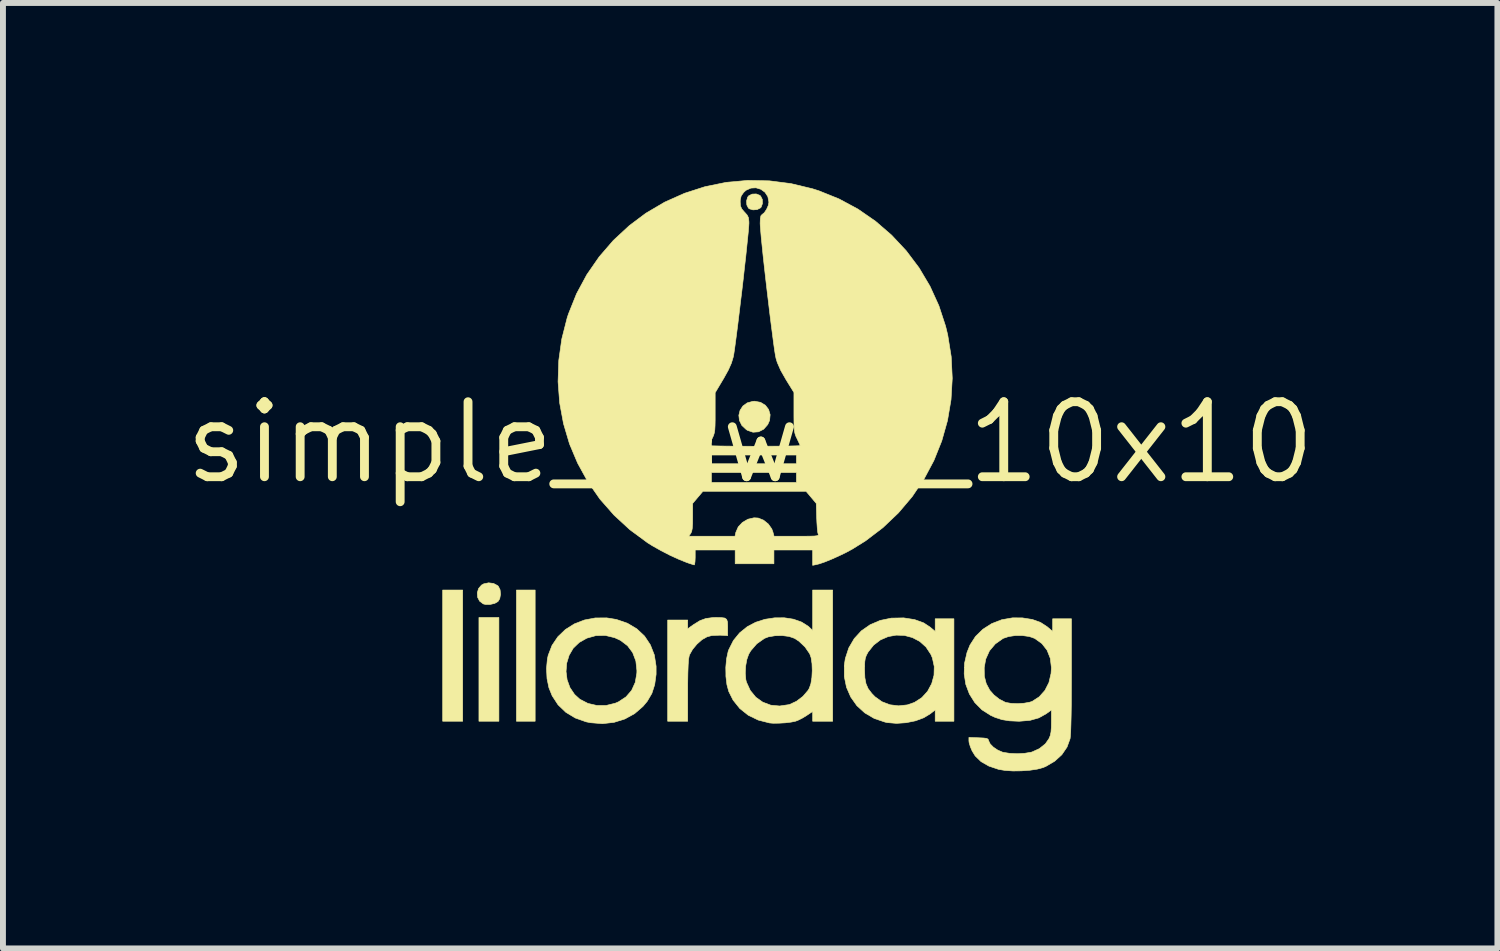
<source format=kicad_pcb>
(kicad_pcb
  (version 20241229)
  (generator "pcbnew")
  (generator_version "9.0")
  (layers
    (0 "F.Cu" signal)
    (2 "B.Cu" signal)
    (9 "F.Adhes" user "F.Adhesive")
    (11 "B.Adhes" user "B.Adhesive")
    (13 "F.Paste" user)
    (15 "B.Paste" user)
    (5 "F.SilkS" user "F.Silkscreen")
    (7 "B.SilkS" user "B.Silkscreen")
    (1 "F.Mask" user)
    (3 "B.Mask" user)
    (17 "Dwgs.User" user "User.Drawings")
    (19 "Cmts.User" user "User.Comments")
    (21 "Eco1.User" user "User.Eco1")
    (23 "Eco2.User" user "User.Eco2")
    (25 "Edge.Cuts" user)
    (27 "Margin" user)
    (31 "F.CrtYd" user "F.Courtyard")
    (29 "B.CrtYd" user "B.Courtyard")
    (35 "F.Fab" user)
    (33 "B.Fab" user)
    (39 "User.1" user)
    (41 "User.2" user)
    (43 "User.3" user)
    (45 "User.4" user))
  (footprint "simple_tower_10x10"
    (layer "F.Cu")
    (at 9.653 4.443)
    (property "Reference" "simple_tower_10x10" (at 0 0 0) (layer "F.SilkS") (effects (font (size 1.27 1.27) (thickness 0.15))))
    (attr through_hole)
    (fp_poly (pts (xy -4.868 4.72) (xy -5.207 4.72) (xy -5.207 2.498) (xy -4.868 2.498) (xy -4.868 4.72)) (stroke (width 0.01) (type solid)) (fill yes) (layer "F.SilkS"))
    (fp_poly (pts (xy -4.255 4.72) (xy -4.593 4.72) (xy -4.593 2.963) (xy -4.255 2.963) (xy -4.255 4.72)) (stroke (width 0.01) (type solid)) (fill yes) (layer "F.SilkS"))
    (fp_poly (pts (xy -3.641 4.72) (xy -3.958 4.72) (xy -3.958 2.498) (xy -3.641 2.498) (xy -3.641 4.72)) (stroke (width 0.01) (type solid)) (fill yes) (layer "F.SilkS"))
    (fp_poly (pts (xy 0.162 -4.186) (xy 0.177 -4.173) (xy 0.206 -4.115) (xy 0.208 -4.047) (xy 0.186 -3.986) (xy 0.173 -3.972) (xy 0.117 -3.944) (xy 0.048 -3.939) (xy -0.013 -3.957) (xy -0.03 -3.97) (xy -0.057 -4.023) (xy -0.061 -4.091) (xy -0.043 -4.154) (xy -0.025 -4.177) (xy 0.033 -4.206) (xy 0.102 -4.209) (xy 0.162 -4.186)) (stroke (width 0.01) (type solid)) (fill yes) (layer "F.SilkS"))
    (fp_poly (pts (xy -4.345 2.387) (xy -4.277 2.423) (xy -4.265 2.434) (xy -4.235 2.494) (xy -4.227 2.57) (xy -4.241 2.645) (xy -4.27 2.692) (xy -4.325 2.724) (xy -4.402 2.742) (xy -4.479 2.743) (xy -4.52 2.733) (xy -4.582 2.686) (xy -4.616 2.62) (xy -4.621 2.545) (xy -4.599 2.472) (xy -4.549 2.414) (xy -4.511 2.393) (xy -4.429 2.376) (xy -4.345 2.387)) (stroke (width 0.01) (type solid)) (fill yes) (layer "F.SilkS"))
    (fp_poly (pts (xy 0.176 -0.68) (xy 0.257 -0.631) (xy 0.312 -0.559) (xy 0.338 -0.471) (xy 0.329 -0.375) (xy 0.297 -0.303) (xy 0.228 -0.225) (xy 0.142 -0.181) (xy 0.048 -0.174) (xy -0.046 -0.206) (xy -0.065 -0.218) (xy -0.141 -0.289) (xy -0.182 -0.373) (xy -0.192 -0.461) (xy -0.171 -0.545) (xy -0.123 -0.618) (xy -0.05 -0.671) (xy 0.045 -0.697) (xy 0.074 -0.699) (xy 0.176 -0.68)) (stroke (width 0.01) (type solid)) (fill yes) (layer "F.SilkS"))
    (fp_poly (pts (xy -0.488 2.965) (xy -0.429 2.973) (xy -0.398 2.996) (xy -0.384 3.039) (xy -0.381 3.109) (xy -0.381 3.13) (xy -0.381 3.27) (xy -0.51 3.263) (xy -0.651 3.269) (xy -0.732 3.291) (xy -0.817 3.339) (xy -0.902 3.415) (xy -0.976 3.504) (xy -1.026 3.593) (xy -1.033 3.615) (xy -1.043 3.671) (xy -1.05 3.768) (xy -1.055 3.904) (xy -1.058 4.079) (xy -1.058 4.209) (xy -1.058 4.72) (xy -1.397 4.72) (xy -1.397 3.006) (xy -1.058 3.006) (xy -1.058 3.154) (xy -0.958 3.083) (xy -0.851 3.017) (xy -0.75 2.98) (xy -0.636 2.965) (xy -0.581 2.963) (xy -0.488 2.965)) (stroke (width 0.01) (type solid)) (fill yes) (layer "F.SilkS"))
    (fp_poly (pts (xy -2.267 2.996) (xy -2.08 3.06) (xy -1.92 3.155) (xy -1.789 3.278) (xy -1.69 3.427) (xy -1.623 3.598) (xy -1.593 3.789) (xy -1.593 3.926) (xy -1.617 4.101) (xy -1.665 4.249) (xy -1.743 4.382) (xy -1.814 4.467) (xy -1.957 4.591) (xy -2.123 4.682) (xy -2.306 4.739) (xy -2.502 4.761) (xy -2.703 4.745) (xy -2.778 4.73) (xy -2.962 4.665) (xy -3.122 4.568) (xy -3.253 4.442) (xy -3.353 4.289) (xy -3.408 4.153) (xy -3.44 3.999) (xy -3.446 3.878) (xy -3.118 3.878) (xy -3.1 4.018) (xy -3.052 4.15) (xy -2.974 4.266) (xy -2.885 4.347) (xy -2.748 4.418) (xy -2.597 4.453) (xy -2.44 4.453) (xy -2.285 4.415) (xy -2.229 4.391) (xy -2.102 4.307) (xy -2.007 4.197) (xy -1.946 4.062) (xy -1.919 3.904) (xy -1.918 3.863) (xy -1.936 3.699) (xy -1.99 3.557) (xy -2.077 3.441) (xy -2.197 3.35) (xy -2.295 3.305) (xy -2.453 3.267) (xy -2.612 3.27) (xy -2.766 3.313) (xy -2.895 3.386) (xy -2.996 3.483) (xy -3.066 3.603) (xy -3.107 3.737) (xy -3.118 3.878) (xy -3.446 3.878) (xy -3.449 3.83) (xy -3.434 3.667) (xy -3.42 3.603) (xy -3.355 3.435) (xy -3.256 3.289) (xy -3.129 3.167) (xy -2.978 3.072) (xy -2.808 3.006) (xy -2.624 2.971) (xy -2.429 2.97) (xy -2.267 2.996)) (stroke (width 0.01) (type solid)) (fill yes) (layer "F.SilkS"))
    (fp_poly (pts (xy 2.6 2.97) (xy 2.785 2.999) (xy 2.939 3.055) (xy 3.05 3.129) (xy 3.133 3.199) (xy 3.133 2.985) (xy 3.45 2.985) (xy 3.45 4.72) (xy 3.133 4.72) (xy 3.133 4.528) (xy 3.052 4.592) (xy 2.939 4.661) (xy 2.798 4.713) (xy 2.64 4.745) (xy 2.478 4.756) (xy 2.323 4.743) (xy 2.285 4.735) (xy 2.101 4.673) (xy 1.941 4.579) (xy 1.807 4.457) (xy 1.703 4.31) (xy 1.631 4.145) (xy 1.594 3.963) (xy 1.594 3.852) (xy 1.937 3.852) (xy 1.942 3.983) (xy 1.961 4.084) (xy 1.998 4.169) (xy 2.059 4.249) (xy 2.113 4.305) (xy 2.23 4.389) (xy 2.366 4.441) (xy 2.513 4.459) (xy 2.662 4.443) (xy 2.782 4.401) (xy 2.907 4.32) (xy 3.005 4.212) (xy 3.074 4.083) (xy 3.113 3.941) (xy 3.117 3.794) (xy 3.085 3.647) (xy 3.059 3.587) (xy 2.977 3.463) (xy 2.871 3.368) (xy 2.747 3.303) (xy 2.612 3.267) (xy 2.472 3.262) (xy 2.335 3.287) (xy 2.205 3.343) (xy 2.091 3.43) (xy 1.998 3.547) (xy 1.995 3.552) (xy 1.967 3.604) (xy 1.95 3.651) (xy 1.941 3.708) (xy 1.937 3.785) (xy 1.937 3.852) (xy 1.594 3.852) (xy 1.594 3.771) (xy 1.611 3.658) (xy 1.67 3.478) (xy 1.762 3.321) (xy 1.883 3.189) (xy 2.031 3.086) (xy 2.201 3.013) (xy 2.39 2.974) (xy 2.595 2.97) (xy 2.6 2.97)) (stroke (width 0.01) (type solid)) (fill yes) (layer "F.SilkS"))
    (fp_poly (pts (xy 1.397 4.72) (xy 1.058 4.72) (xy 1.058 4.554) (xy 0.951 4.626) (xy 0.878 4.67) (xy 0.805 4.706) (xy 0.766 4.72) (xy 0.692 4.735) (xy 0.593 4.747) (xy 0.486 4.753) (xy 0.389 4.754) (xy 0.328 4.749) (xy 0.136 4.7) (xy -0.033 4.618) (xy -0.176 4.504) (xy -0.29 4.361) (xy -0.363 4.215) (xy -0.394 4.1) (xy -0.411 3.959) (xy -0.411 3.907) (xy -0.083 3.907) (xy -0.074 4.014) (xy -0.064 4.056) (xy 0.001 4.198) (xy 0.095 4.313) (xy 0.213 4.397) (xy 0.349 4.448) (xy 0.499 4.462) (xy 0.656 4.439) (xy 0.669 4.435) (xy 0.784 4.382) (xy 0.892 4.3) (xy 0.979 4.199) (xy 1.001 4.162) (xy 1.028 4.084) (xy 1.045 3.979) (xy 1.051 3.862) (xy 1.047 3.746) (xy 1.032 3.644) (xy 1.008 3.577) (xy 0.929 3.463) (xy 0.826 3.365) (xy 0.751 3.316) (xy 0.658 3.284) (xy 0.542 3.269) (xy 0.42 3.272) (xy 0.308 3.291) (xy 0.241 3.317) (xy 0.112 3.408) (xy 0.01 3.526) (xy -0.025 3.585) (xy -0.057 3.675) (xy -0.077 3.788) (xy -0.083 3.907) (xy -0.411 3.907) (xy -0.413 3.809) (xy -0.4 3.664) (xy -0.373 3.539) (xy -0.362 3.508) (xy -0.284 3.353) (xy -0.179 3.224) (xy -0.048 3.118) (xy 0.093 3.044) (xy 0.249 2.994) (xy 0.413 2.969) (xy 0.577 2.968) (xy 0.733 2.992) (xy 0.871 3.041) (xy 0.985 3.113) (xy 1 3.127) (xy 1.058 3.183) (xy 1.058 2.498) (xy 1.397 2.498) (xy 1.397 4.72)) (stroke (width 0.01) (type solid)) (fill yes) (layer "F.SilkS"))
    (fp_poly (pts (xy 4.61 2.97) (xy 4.779 2.997) (xy 4.917 3.047) (xy 5.032 3.122) (xy 5.035 3.125) (xy 5.122 3.199) (xy 5.122 2.985) (xy 5.44 2.985) (xy 5.44 3.947) (xy 5.439 4.204) (xy 5.438 4.43) (xy 5.435 4.623) (xy 5.431 4.78) (xy 5.427 4.901) (xy 5.421 4.982) (xy 5.417 5.016) (xy 5.365 5.158) (xy 5.277 5.287) (xy 5.156 5.397) (xy 5.008 5.484) (xy 4.959 5.505) (xy 4.861 5.531) (xy 4.735 5.55) (xy 4.593 5.56) (xy 4.449 5.562) (xy 4.316 5.553) (xy 4.207 5.535) (xy 4.041 5.479) (xy 3.91 5.404) (xy 3.811 5.308) (xy 3.758 5.222) (xy 3.728 5.151) (xy 3.708 5.085) (xy 3.704 5.054) (xy 3.704 4.994) (xy 3.868 5) (xy 3.951 5.004) (xy 4.001 5.01) (xy 4.026 5.022) (xy 4.037 5.042) (xy 4.039 5.053) (xy 4.064 5.104) (xy 4.118 5.159) (xy 4.191 5.208) (xy 4.271 5.243) (xy 4.288 5.247) (xy 4.395 5.264) (xy 4.521 5.27) (xy 4.648 5.263) (xy 4.755 5.245) (xy 4.771 5.241) (xy 4.897 5.184) (xy 4.999 5.102) (xy 5.059 5.016) (xy 5.081 4.964) (xy 5.094 4.902) (xy 5.1 4.819) (xy 5.101 4.731) (xy 5.101 4.529) (xy 5.013 4.593) (xy 4.887 4.663) (xy 4.738 4.705) (xy 4.562 4.72) (xy 4.542 4.72) (xy 4.391 4.713) (xy 4.265 4.693) (xy 4.148 4.655) (xy 4.073 4.621) (xy 3.924 4.526) (xy 3.803 4.403) (xy 3.712 4.258) (xy 3.651 4.095) (xy 3.624 3.92) (xy 3.627 3.812) (xy 3.963 3.812) (xy 3.965 3.957) (xy 3.997 4.082) (xy 4.057 4.195) (xy 4.128 4.275) (xy 4.219 4.347) (xy 4.314 4.396) (xy 4.331 4.402) (xy 4.42 4.418) (xy 4.527 4.422) (xy 4.637 4.415) (xy 4.732 4.398) (xy 4.775 4.384) (xy 4.895 4.306) (xy 4.991 4.198) (xy 5.059 4.065) (xy 5.095 3.911) (xy 5.101 3.814) (xy 5.082 3.655) (xy 5.028 3.518) (xy 4.94 3.405) (xy 4.817 3.317) (xy 4.815 3.316) (xy 4.725 3.285) (xy 4.611 3.269) (xy 4.489 3.269) (xy 4.374 3.286) (xy 4.283 3.317) (xy 4.151 3.41) (xy 4.052 3.527) (xy 3.989 3.667) (xy 3.963 3.812) (xy 3.627 3.812) (xy 3.63 3.738) (xy 3.672 3.555) (xy 3.722 3.43) (xy 3.816 3.284) (xy 3.941 3.162) (xy 4.09 3.067) (xy 4.26 3.001) (xy 4.444 2.969) (xy 4.61 2.97)) (stroke (width 0.01) (type solid)) (fill yes) (layer "F.SilkS"))
    (fp_poly (pts (xy 0.324 -4.431) (xy 0.691 -4.384) (xy 1.054 -4.297) (xy 1.164 -4.262) (xy 1.504 -4.125) (xy 1.824 -3.953) (xy 2.122 -3.747) (xy 2.395 -3.511) (xy 2.642 -3.247) (xy 2.859 -2.959) (xy 3.044 -2.648) (xy 3.195 -2.317) (xy 3.309 -1.97) (xy 3.345 -1.822) (xy 3.404 -1.454) (xy 3.422 -1.088) (xy 3.401 -0.726) (xy 3.341 -0.371) (xy 3.244 -0.027) (xy 3.111 0.305) (xy 2.943 0.62) (xy 2.743 0.917) (xy 2.51 1.192) (xy 2.247 1.442) (xy 1.954 1.665) (xy 1.729 1.805) (xy 1.62 1.864) (xy 1.499 1.922) (xy 1.376 1.977) (xy 1.263 2.023) (xy 1.169 2.055) (xy 1.125 2.066) (xy 1.058 2.08) (xy 1.058 1.82) (xy 0.402 1.82) (xy 0.402 2.053) (xy -0.254 2.053) (xy -0.254 1.82) (xy -0.931 1.82) (xy -0.931 1.947) (xy -0.934 2.014) (xy -0.94 2.059) (xy -0.947 2.073) (xy -0.974 2.065) (xy -1.028 2.048) (xy -1.079 2.03) (xy -1.208 1.978) (xy -1.357 1.91) (xy -1.51 1.831) (xy -1.654 1.75) (xy -1.736 1.699) (xy -1.887 1.587) (xy -1.04 1.587) (xy -0.257 1.587) (xy -0.243 1.522) (xy -0.202 1.429) (xy -0.131 1.353) (xy -0.038 1.299) (xy 0.065 1.275) (xy 0.136 1.279) (xy 0.226 1.315) (xy 0.307 1.38) (xy 0.365 1.462) (xy 0.382 1.505) (xy 0.404 1.587) (xy 0.786 1.587) (xy 0.922 1.587) (xy 1.021 1.586) (xy 1.088 1.584) (xy 1.129 1.579) (xy 1.15 1.572) (xy 1.155 1.562) (xy 1.151 1.55) (xy 1.143 1.515) (xy 1.136 1.448) (xy 1.13 1.358) (xy 1.126 1.272) (xy 1.119 1.031) (xy 0.946 0.826) (xy -0.8 0.826) (xy -0.887 0.929) (xy -0.974 1.032) (xy -0.974 1.263) (xy -0.975 1.377) (xy -0.981 1.457) (xy -0.992 1.51) (xy -1.007 1.54) (xy -1.04 1.587) (xy -1.887 1.587) (xy -2.036 1.478) (xy -2.306 1.229) (xy -2.545 0.957) (xy -2.75 0.662) (xy -2.835 0.508) (xy -0.656 0.508) (xy -0.656 0.677) (xy 0.783 0.677) (xy 0.783 0.508) (xy -0.656 0.508) (xy -2.835 0.508) (xy -2.922 0.349) (xy -2.98 0.212) (xy -0.656 0.212) (xy -0.656 0.36) (xy 0.783 0.36) (xy 0.783 0.212) (xy -0.656 0.212) (xy -2.98 0.212) (xy -3.047 0.052) (xy -0.699 0.052) (xy -0.678 0.055) (xy -0.62 0.057) (xy -0.529 0.059) (xy -0.41 0.061) (xy -0.267 0.062) (xy -0.105 0.063) (xy 0.071 0.064) (xy 0.074 0.064) (xy 0.25 0.063) (xy 0.412 0.062) (xy 0.555 0.061) (xy 0.675 0.059) (xy 0.767 0.057) (xy 0.825 0.055) (xy 0.847 0.052) (xy 0.847 0.052) (xy 0.838 0.029) (xy 0.815 -0.02) (xy 0.794 -0.064) (xy 0.774 -0.105) (xy 0.76 -0.145) (xy 0.75 -0.19) (xy 0.745 -0.249) (xy 0.742 -0.331) (xy 0.741 -0.443) (xy 0.741 -0.508) (xy 0.741 -0.847) (xy 0.607 -1.064) (xy 0.517 -1.222) (xy 0.458 -1.357) (xy 0.438 -1.423) (xy 0.427 -1.476) (xy 0.413 -1.565) (xy 0.396 -1.686) (xy 0.377 -1.833) (xy 0.355 -2.002) (xy 0.332 -2.185) (xy 0.309 -2.379) (xy 0.285 -2.579) (xy 0.262 -2.777) (xy 0.24 -2.971) (xy 0.22 -3.153) (xy 0.203 -3.32) (xy 0.188 -3.465) (xy 0.178 -3.583) (xy 0.171 -3.669) (xy 0.169 -3.711) (xy 0.172 -3.793) (xy 0.182 -3.84) (xy 0.201 -3.86) (xy 0.201 -3.86) (xy 0.24 -3.892) (xy 0.278 -3.949) (xy 0.307 -4.015) (xy 0.317 -4.07) (xy 0.299 -4.164) (xy 0.251 -4.237) (xy 0.181 -4.288) (xy 0.098 -4.313) (xy 0.012 -4.308) (xy -0.071 -4.271) (xy -0.111 -4.234) (xy -0.152 -4.176) (xy -0.168 -4.111) (xy -0.169 -4.072) (xy -0.164 -4.005) (xy -0.143 -3.956) (xy -0.097 -3.902) (xy -0.095 -3.901) (xy -0.051 -3.851) (xy -0.029 -3.806) (xy -0.022 -3.745) (xy -0.021 -3.714) (xy -0.024 -3.664) (xy -0.031 -3.576) (xy -0.043 -3.457) (xy -0.058 -3.312) (xy -0.075 -3.146) (xy -0.096 -2.964) (xy -0.117 -2.772) (xy -0.14 -2.575) (xy -0.164 -2.378) (xy -0.187 -2.186) (xy -0.209 -2.005) (xy -0.23 -1.84) (xy -0.249 -1.696) (xy -0.265 -1.578) (xy -0.278 -1.492) (xy -0.287 -1.446) (xy -0.318 -1.344) (xy -0.37 -1.227) (xy -0.447 -1.088) (xy -0.456 -1.073) (xy -0.593 -0.843) (xy -0.593 -0.506) (xy -0.593 -0.377) (xy -0.595 -0.283) (xy -0.599 -0.215) (xy -0.607 -0.164) (xy -0.619 -0.123) (xy -0.636 -0.083) (xy -0.646 -0.064) (xy -0.675 -0.004) (xy -0.694 0.039) (xy -0.699 0.052) (xy -3.047 0.052) (xy -3.06 0.021) (xy -3.161 -0.32) (xy -3.226 -0.671) (xy -3.253 -1.029) (xy -3.241 -1.39) (xy -3.19 -1.753) (xy -3.098 -2.114) (xy -3.076 -2.18) (xy -2.94 -2.519) (xy -2.766 -2.842) (xy -2.557 -3.144) (xy -2.317 -3.422) (xy -2.046 -3.673) (xy -1.767 -3.882) (xy -1.448 -4.07) (xy -1.112 -4.22) (xy -0.764 -4.332) (xy -0.407 -4.405) (xy -0.043 -4.438) (xy 0.324 -4.431)) (stroke (width 0.01) (type solid)) (fill yes) (layer "F.SilkS")))
  (gr_rect
    (start -3 -3)
    (end 22.306 13.01)
    (stroke (width 0.1) (type default))
    (fill no)
    (layer "Edge.Cuts")))
</source>
